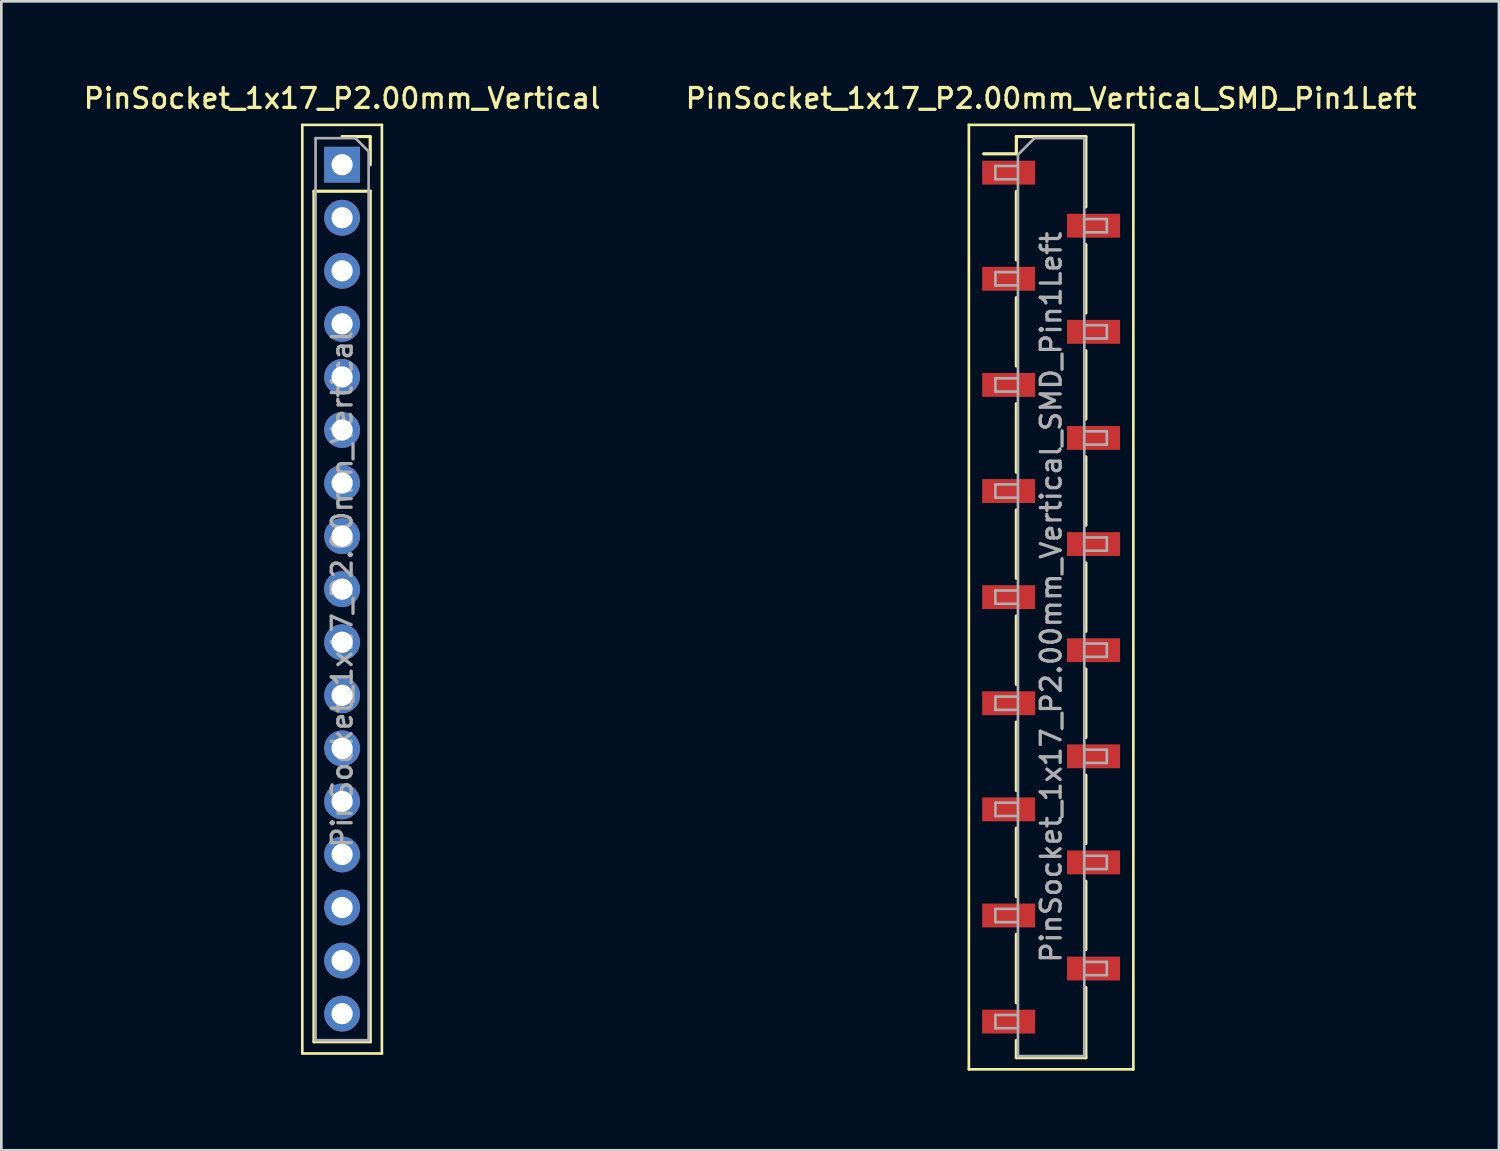
<source format=kicad_pcb>
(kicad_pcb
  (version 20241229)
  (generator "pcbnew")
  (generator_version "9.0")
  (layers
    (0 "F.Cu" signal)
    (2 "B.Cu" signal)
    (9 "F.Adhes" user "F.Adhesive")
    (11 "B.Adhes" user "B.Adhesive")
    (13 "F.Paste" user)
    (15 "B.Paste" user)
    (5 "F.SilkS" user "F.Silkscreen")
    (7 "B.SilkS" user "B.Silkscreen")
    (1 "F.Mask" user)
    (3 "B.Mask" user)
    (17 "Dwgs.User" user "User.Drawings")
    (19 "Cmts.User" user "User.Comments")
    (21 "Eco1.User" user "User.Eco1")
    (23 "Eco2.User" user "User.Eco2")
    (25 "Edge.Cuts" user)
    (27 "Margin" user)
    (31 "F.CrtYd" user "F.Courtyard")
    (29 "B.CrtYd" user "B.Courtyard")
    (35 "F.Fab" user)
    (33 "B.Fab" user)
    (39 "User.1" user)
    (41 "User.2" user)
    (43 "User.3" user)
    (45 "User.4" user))
  (footprint "PinSocket_1x17_P2.00mm_Vertical_SMD_Pin1Left"
    (layer "F.Cu")
    (at 36.57 19.458)
    (property "Reference" "PinSocket_1x17_P2.00mm_Vertical_SMD_Pin1Left" (at 0 -18.8 0) (layer "F.SilkS") (effects (font (size 0.75 0.75) (thickness 0.125))))
    (attr smd)
    (fp_line (start -3.1 -17.8) (end 3.1 -17.8) (stroke (width 0.1) (type solid)) (layer "F.SilkS"))
    (fp_line (start -3.1 17.8) (end -3.1 -17.8) (stroke (width 0.1) (type solid)) (layer "F.SilkS"))
    (fp_line (start -2.54 -16.71) (end -1.31 -16.71) (stroke (width 0.12) (type solid)) (layer "F.SilkS"))
    (fp_line (start -1.31 -17.36) (end -1.31 -16.71) (stroke (width 0.12) (type solid)) (layer "F.SilkS"))
    (fp_line (start -1.31 -17.36) (end 1.31 -17.36) (stroke (width 0.12) (type solid)) (layer "F.SilkS"))
    (fp_line (start -1.31 -15.29) (end -1.31 -12.71) (stroke (width 0.12) (type solid)) (layer "F.SilkS"))
    (fp_line (start -1.31 -11.29) (end -1.31 -8.71) (stroke (width 0.12) (type solid)) (layer "F.SilkS"))
    (fp_line (start -1.31 -7.29) (end -1.31 -4.71) (stroke (width 0.12) (type solid)) (layer "F.SilkS"))
    (fp_line (start -1.31 -3.29) (end -1.31 -0.71) (stroke (width 0.12) (type solid)) (layer "F.SilkS"))
    (fp_line (start -1.31 0.71) (end -1.31 3.29) (stroke (width 0.12) (type solid)) (layer "F.SilkS"))
    (fp_line (start -1.31 4.71) (end -1.31 7.29) (stroke (width 0.12) (type solid)) (layer "F.SilkS"))
    (fp_line (start -1.31 8.71) (end -1.31 11.29) (stroke (width 0.12) (type solid)) (layer "F.SilkS"))
    (fp_line (start -1.31 12.71) (end -1.31 15.29) (stroke (width 0.12) (type solid)) (layer "F.SilkS"))
    (fp_line (start -1.31 16.71) (end -1.31 17.36) (stroke (width 0.12) (type solid)) (layer "F.SilkS"))
    (fp_line (start -1.31 17.36) (end 1.31 17.36) (stroke (width 0.12) (type solid)) (layer "F.SilkS"))
    (fp_line (start 1.31 -17.36) (end 1.31 -14.71) (stroke (width 0.12) (type solid)) (layer "F.SilkS"))
    (fp_line (start 1.31 -13.29) (end 1.31 -10.71) (stroke (width 0.12) (type solid)) (layer "F.SilkS"))
    (fp_line (start 1.31 -9.29) (end 1.31 -6.71) (stroke (width 0.12) (type solid)) (layer "F.SilkS"))
    (fp_line (start 1.31 -5.29) (end 1.31 -2.71) (stroke (width 0.12) (type solid)) (layer "F.SilkS"))
    (fp_line (start 1.31 -1.29) (end 1.31 1.29) (stroke (width 0.12) (type solid)) (layer "F.SilkS"))
    (fp_line (start 1.31 2.71) (end 1.31 5.29) (stroke (width 0.12) (type solid)) (layer "F.SilkS"))
    (fp_line (start 1.31 6.71) (end 1.31 9.29) (stroke (width 0.12) (type solid)) (layer "F.SilkS"))
    (fp_line (start 1.31 10.71) (end 1.31 13.29) (stroke (width 0.12) (type solid)) (layer "F.SilkS"))
    (fp_line (start 1.31 14.71) (end 1.31 17.36) (stroke (width 0.12) (type solid)) (layer "F.SilkS"))
    (fp_line (start 3.1 -17.8) (end 3.1 17.8) (stroke (width 0.1) (type solid)) (layer "F.SilkS"))
    (fp_line (start 3.1 17.8) (end -3.1 17.8) (stroke (width 0.1) (type solid)) (layer "F.SilkS"))
    (fp_line (start -2.1 -16.25) (end -1.25 -16.25) (stroke (width 0.1) (type solid)) (layer "F.Fab"))
    (fp_line (start -2.1 -15.75) (end -2.1 -16.25) (stroke (width 0.1) (type solid)) (layer "F.Fab"))
    (fp_line (start -2.1 -12.25) (end -1.25 -12.25) (stroke (width 0.1) (type solid)) (layer "F.Fab"))
    (fp_line (start -2.1 -11.75) (end -2.1 -12.25) (stroke (width 0.1) (type solid)) (layer "F.Fab"))
    (fp_line (start -2.1 -8.25) (end -1.25 -8.25) (stroke (width 0.1) (type solid)) (layer "F.Fab"))
    (fp_line (start -2.1 -7.75) (end -2.1 -8.25) (stroke (width 0.1) (type solid)) (layer "F.Fab"))
    (fp_line (start -2.1 -4.25) (end -1.25 -4.25) (stroke (width 0.1) (type solid)) (layer "F.Fab"))
    (fp_line (start -2.1 -3.75) (end -2.1 -4.25) (stroke (width 0.1) (type solid)) (layer "F.Fab"))
    (fp_line (start -2.1 -0.25) (end -1.25 -0.25) (stroke (width 0.1) (type solid)) (layer "F.Fab"))
    (fp_line (start -2.1 0.25) (end -2.1 -0.25) (stroke (width 0.1) (type solid)) (layer "F.Fab"))
    (fp_line (start -2.1 3.75) (end -1.25 3.75) (stroke (width 0.1) (type solid)) (layer "F.Fab"))
    (fp_line (start -2.1 4.25) (end -2.1 3.75) (stroke (width 0.1) (type solid)) (layer "F.Fab"))
    (fp_line (start -2.1 7.75) (end -1.25 7.75) (stroke (width 0.1) (type solid)) (layer "F.Fab"))
    (fp_line (start -2.1 8.25) (end -2.1 7.75) (stroke (width 0.1) (type solid)) (layer "F.Fab"))
    (fp_line (start -2.1 11.75) (end -1.25 11.75) (stroke (width 0.1) (type solid)) (layer "F.Fab"))
    (fp_line (start -2.1 12.25) (end -2.1 11.75) (stroke (width 0.1) (type solid)) (layer "F.Fab"))
    (fp_line (start -2.1 15.75) (end -1.25 15.75) (stroke (width 0.1) (type solid)) (layer "F.Fab"))
    (fp_line (start -2.1 16.25) (end -2.1 15.75) (stroke (width 0.1) (type solid)) (layer "F.Fab"))
    (fp_line (start -1.25 -16.675) (end -0.625 -17.3) (stroke (width 0.1) (type solid)) (layer "F.Fab"))
    (fp_line (start -1.25 -15.75) (end -2.1 -15.75) (stroke (width 0.1) (type solid)) (layer "F.Fab"))
    (fp_line (start -1.25 -11.75) (end -2.1 -11.75) (stroke (width 0.1) (type solid)) (layer "F.Fab"))
    (fp_line (start -1.25 -7.75) (end -2.1 -7.75) (stroke (width 0.1) (type solid)) (layer "F.Fab"))
    (fp_line (start -1.25 -3.75) (end -2.1 -3.75) (stroke (width 0.1) (type solid)) (layer "F.Fab"))
    (fp_line (start -1.25 0.25) (end -2.1 0.25) (stroke (width 0.1) (type solid)) (layer "F.Fab"))
    (fp_line (start -1.25 4.25) (end -2.1 4.25) (stroke (width 0.1) (type solid)) (layer "F.Fab"))
    (fp_line (start -1.25 8.25) (end -2.1 8.25) (stroke (width 0.1) (type solid)) (layer "F.Fab"))
    (fp_line (start -1.25 12.25) (end -2.1 12.25) (stroke (width 0.1) (type solid)) (layer "F.Fab"))
    (fp_line (start -1.25 16.25) (end -2.1 16.25) (stroke (width 0.1) (type solid)) (layer "F.Fab"))
    (fp_line (start -1.25 17.3) (end -1.25 -16.675) (stroke (width 0.1) (type solid)) (layer "F.Fab"))
    (fp_line (start -0.625 -17.3) (end 1.25 -17.3) (stroke (width 0.1) (type solid)) (layer "F.Fab"))
    (fp_line (start 1.25 -17.3) (end 1.25 17.3) (stroke (width 0.1) (type solid)) (layer "F.Fab"))
    (fp_line (start 1.25 -14.25) (end 2.1 -14.25) (stroke (width 0.1) (type solid)) (layer "F.Fab"))
    (fp_line (start 1.25 -10.25) (end 2.1 -10.25) (stroke (width 0.1) (type solid)) (layer "F.Fab"))
    (fp_line (start 1.25 -6.25) (end 2.1 -6.25) (stroke (width 0.1) (type solid)) (layer "F.Fab"))
    (fp_line (start 1.25 -2.25) (end 2.1 -2.25) (stroke (width 0.1) (type solid)) (layer "F.Fab"))
    (fp_line (start 1.25 1.75) (end 2.1 1.75) (stroke (width 0.1) (type solid)) (layer "F.Fab"))
    (fp_line (start 1.25 5.75) (end 2.1 5.75) (stroke (width 0.1) (type solid)) (layer "F.Fab"))
    (fp_line (start 1.25 9.75) (end 2.1 9.75) (stroke (width 0.1) (type solid)) (layer "F.Fab"))
    (fp_line (start 1.25 13.75) (end 2.1 13.75) (stroke (width 0.1) (type solid)) (layer "F.Fab"))
    (fp_line (start 1.25 17.3) (end -1.25 17.3) (stroke (width 0.1) (type solid)) (layer "F.Fab"))
    (fp_line (start 2.1 -14.25) (end 2.1 -13.75) (stroke (width 0.1) (type solid)) (layer "F.Fab"))
    (fp_line (start 2.1 -13.75) (end 1.25 -13.75) (stroke (width 0.1) (type solid)) (layer "F.Fab"))
    (fp_line (start 2.1 -10.25) (end 2.1 -9.75) (stroke (width 0.1) (type solid)) (layer "F.Fab"))
    (fp_line (start 2.1 -9.75) (end 1.25 -9.75) (stroke (width 0.1) (type solid)) (layer "F.Fab"))
    (fp_line (start 2.1 -6.25) (end 2.1 -5.75) (stroke (width 0.1) (type solid)) (layer "F.Fab"))
    (fp_line (start 2.1 -5.75) (end 1.25 -5.75) (stroke (width 0.1) (type solid)) (layer "F.Fab"))
    (fp_line (start 2.1 -2.25) (end 2.1 -1.75) (stroke (width 0.1) (type solid)) (layer "F.Fab"))
    (fp_line (start 2.1 -1.75) (end 1.25 -1.75) (stroke (width 0.1) (type solid)) (layer "F.Fab"))
    (fp_line (start 2.1 1.75) (end 2.1 2.25) (stroke (width 0.1) (type solid)) (layer "F.Fab"))
    (fp_line (start 2.1 2.25) (end 1.25 2.25) (stroke (width 0.1) (type solid)) (layer "F.Fab"))
    (fp_line (start 2.1 5.75) (end 2.1 6.25) (stroke (width 0.1) (type solid)) (layer "F.Fab"))
    (fp_line (start 2.1 6.25) (end 1.25 6.25) (stroke (width 0.1) (type solid)) (layer "F.Fab"))
    (fp_line (start 2.1 9.75) (end 2.1 10.25) (stroke (width 0.1) (type solid)) (layer "F.Fab"))
    (fp_line (start 2.1 10.25) (end 1.25 10.25) (stroke (width 0.1) (type solid)) (layer "F.Fab"))
    (fp_line (start 2.1 13.75) (end 2.1 14.25) (stroke (width 0.1) (type solid)) (layer "F.Fab"))
    (fp_line (start 2.1 14.25) (end 1.25 14.25) (stroke (width 0.1) (type solid)) (layer "F.Fab"))
    (fp_text user "${REFERENCE}" (at 0 0 90) (layer "F.Fab") (effects (font (size 0.75 0.75) (thickness 0.125))))
    (pad "1" smd rect (at -1.6 -16) (size 2 0.9) (layers "F.Cu" "F.Mask" "F.Paste"))
    (pad "2" smd rect (at 1.6 -14) (size 2 0.9) (layers "F.Cu" "F.Mask" "F.Paste"))
    (pad "3" smd rect (at -1.6 -12) (size 2 0.9) (layers "F.Cu" "F.Mask" "F.Paste"))
    (pad "4" smd rect (at 1.6 -10) (size 2 0.9) (layers "F.Cu" "F.Mask" "F.Paste"))
    (pad "5" smd rect (at -1.6 -8) (size 2 0.9) (layers "F.Cu" "F.Mask" "F.Paste"))
    (pad "6" smd rect (at 1.6 -6) (size 2 0.9) (layers "F.Cu" "F.Mask" "F.Paste"))
    (pad "7" smd rect (at -1.6 -4) (size 2 0.9) (layers "F.Cu" "F.Mask" "F.Paste"))
    (pad "8" smd rect (at 1.6 -2) (size 2 0.9) (layers "F.Cu" "F.Mask" "F.Paste"))
    (pad "9" smd rect (at -1.6 0) (size 2 0.9) (layers "F.Cu" "F.Mask" "F.Paste"))
    (pad "10" smd rect (at 1.6 2) (size 2 0.9) (layers "F.Cu" "F.Mask" "F.Paste"))
    (pad "11" smd rect (at -1.6 4) (size 2 0.9) (layers "F.Cu" "F.Mask" "F.Paste"))
    (pad "12" smd rect (at 1.6 6) (size 2 0.9) (layers "F.Cu" "F.Mask" "F.Paste"))
    (pad "13" smd rect (at -1.6 8) (size 2 0.9) (layers "F.Cu" "F.Mask" "F.Paste"))
    (pad "14" smd rect (at 1.6 10) (size 2 0.9) (layers "F.Cu" "F.Mask" "F.Paste"))
    (pad "15" smd rect (at -1.6 12) (size 2 0.9) (layers "F.Cu" "F.Mask" "F.Paste"))
    (pad "16" smd rect (at 1.6 14) (size 2 0.9) (layers "F.Cu" "F.Mask" "F.Paste"))
    (pad "17" smd rect (at -1.6 16) (size 2 0.9) (layers "F.Cu" "F.Mask" "F.Paste")))
  (footprint "PinSocket_1x17_P2.00mm_Vertical"
    (layer "F.Cu")
    (at 9.845 3.158)
    (property "Reference" "PinSocket_1x17_P2.00mm_Vertical" (at 0 -2.5 0) (layer "F.SilkS") (effects (font (size 0.75 0.75) (thickness 0.125))))
    (attr through_hole)
    (fp_line (start -1.5 -1.5) (end 1.5 -1.5) (stroke (width 0.1) (type solid)) (layer "F.SilkS"))
    (fp_line (start -1.5 33.5) (end -1.5 -1.5) (stroke (width 0.1) (type solid)) (layer "F.SilkS"))
    (fp_line (start -1.06 1) (end -1.06 33.06) (stroke (width 0.12) (type solid)) (layer "F.SilkS"))
    (fp_line (start -1.06 1) (end 1.06 1) (stroke (width 0.12) (type solid)) (layer "F.SilkS"))
    (fp_line (start -1.06 33.06) (end 1.06 33.06) (stroke (width 0.12) (type solid)) (layer "F.SilkS"))
    (fp_line (start 0 -1.06) (end 1.06 -1.06) (stroke (width 0.12) (type solid)) (layer "F.SilkS"))
    (fp_line (start 1.06 -1.06) (end 1.06 0) (stroke (width 0.12) (type solid)) (layer "F.SilkS"))
    (fp_line (start 1.06 1) (end 1.06 33.06) (stroke (width 0.12) (type solid)) (layer "F.SilkS"))
    (fp_line (start 1.5 -1.5) (end 1.5 33.5) (stroke (width 0.1) (type solid)) (layer "F.SilkS"))
    (fp_line (start 1.5 33.5) (end -1.5 33.5) (stroke (width 0.1) (type solid)) (layer "F.SilkS"))
    (fp_line (start -1 -1) (end 0.5 -1) (stroke (width 0.1) (type solid)) (layer "F.Fab"))
    (fp_line (start -1 33) (end -1 -1) (stroke (width 0.1) (type solid)) (layer "F.Fab"))
    (fp_line (start 0.5 -1) (end 1 -0.5) (stroke (width 0.1) (type solid)) (layer "F.Fab"))
    (fp_line (start 1 -0.5) (end 1 33) (stroke (width 0.1) (type solid)) (layer "F.Fab"))
    (fp_line (start 1 33) (end -1 33) (stroke (width 0.1) (type solid)) (layer "F.Fab"))
    (fp_text user "${REFERENCE}" (at 0 16 90) (layer "F.Fab") (effects (font (size 0.75 0.75) (thickness 0.125))))
    (pad "1" thru_hole rect (at 0 0) (size 1.35 1.35) (drill 0.8) (layers "*.Cu" "*.Mask"))
    (pad "2" thru_hole oval (at 0 2) (size 1.35 1.35) (drill 0.8) (layers "*.Cu" "*.Mask"))
    (pad "3" thru_hole oval (at 0 4) (size 1.35 1.35) (drill 0.8) (layers "*.Cu" "*.Mask"))
    (pad "4" thru_hole oval (at 0 6) (size 1.35 1.35) (drill 0.8) (layers "*.Cu" "*.Mask"))
    (pad "5" thru_hole oval (at 0 8) (size 1.35 1.35) (drill 0.8) (layers "*.Cu" "*.Mask"))
    (pad "6" thru_hole oval (at 0 10) (size 1.35 1.35) (drill 0.8) (layers "*.Cu" "*.Mask"))
    (pad "7" thru_hole oval (at 0 12) (size 1.35 1.35) (drill 0.8) (layers "*.Cu" "*.Mask"))
    (pad "8" thru_hole oval (at 0 14) (size 1.35 1.35) (drill 0.8) (layers "*.Cu" "*.Mask"))
    (pad "9" thru_hole oval (at 0 16) (size 1.35 1.35) (drill 0.8) (layers "*.Cu" "*.Mask"))
    (pad "10" thru_hole oval (at 0 18) (size 1.35 1.35) (drill 0.8) (layers "*.Cu" "*.Mask"))
    (pad "11" thru_hole oval (at 0 20) (size 1.35 1.35) (drill 0.8) (layers "*.Cu" "*.Mask"))
    (pad "12" thru_hole oval (at 0 22) (size 1.35 1.35) (drill 0.8) (layers "*.Cu" "*.Mask"))
    (pad "13" thru_hole oval (at 0 24) (size 1.35 1.35) (drill 0.8) (layers "*.Cu" "*.Mask"))
    (pad "14" thru_hole oval (at 0 26) (size 1.35 1.35) (drill 0.8) (layers "*.Cu" "*.Mask"))
    (pad "15" thru_hole oval (at 0 28) (size 1.35 1.35) (drill 0.8) (layers "*.Cu" "*.Mask"))
    (pad "16" thru_hole oval (at 0 30) (size 1.35 1.35) (drill 0.8) (layers "*.Cu" "*.Mask"))
    (pad "17" thru_hole oval (at 0 32) (size 1.35 1.35) (drill 0.8) (layers "*.Cu" "*.Mask")))
  (gr_rect
    (start -3 -3)
    (end 53.45 40.308)
    (stroke (width 0.1) (type default))
    (fill no)
    (layer "Edge.Cuts")))
</source>
